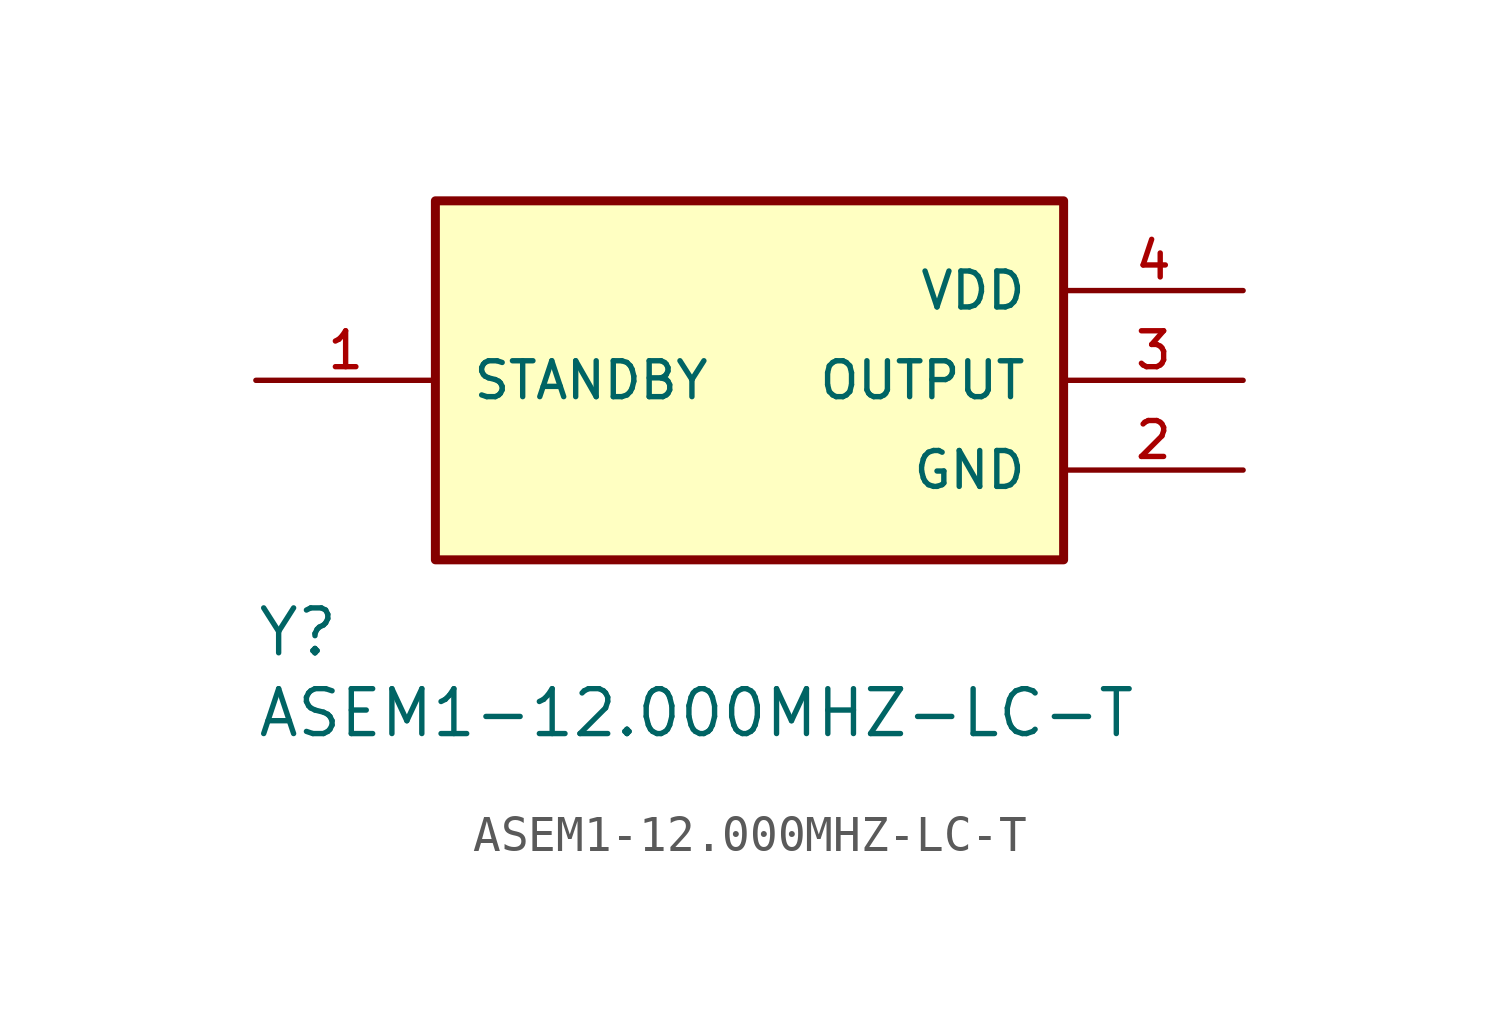
<source format=kicad_sym>
(kicad_symbol_lib
  (version 20231120)
  (generator "kicad_symbol_editor")
  (generator_version "8.0")
  (symbol "ASEM1-12.000MHZ-LC-T"
    (pin_names
      (offset 1.016))
    (property "Reference" "Y"
      (at -15.24 -7.874 0)
      (effects (font (size 1.27 1.27)) (justify left bottom)))
    (property "Value" "ASEM1-12.000MHZ-LC-T"
      (at -15.24 -10.16 0)
      (effects (font (size 1.27 1.27)) (justify left bottom)))
    (symbol "ASEM1-12.000MHZ-LC-T_0_0"
      (rectangle (start -10.16 5.08) (end 7.62 -5.08) (stroke (width 0.254) (type default)) (fill (type background)))
      (pin passive line (at -15.24 0 0) (length 5.08) (name "STANDBY" (effects (font (size 1.016 1.016)))) (number "1" (effects (font (size 1.016 1.016)))))
      (pin power_in line (at 12.7 -2.54 180) (length 5.08) (name "GND" (effects (font (size 1.016 1.016)))) (number "2" (effects (font (size 1.016 1.016)))))
      (pin output line (at 12.7 0 180) (length 5.08) (name "OUTPUT" (effects (font (size 1.016 1.016)))) (number "3" (effects (font (size 1.016 1.016)))))
      (pin power_in line (at 12.7 2.54 180) (length 5.08) (name "VDD" (effects (font (size 1.016 1.016)))) (number "4" (effects (font (size 1.016 1.016))))))))
</source>
